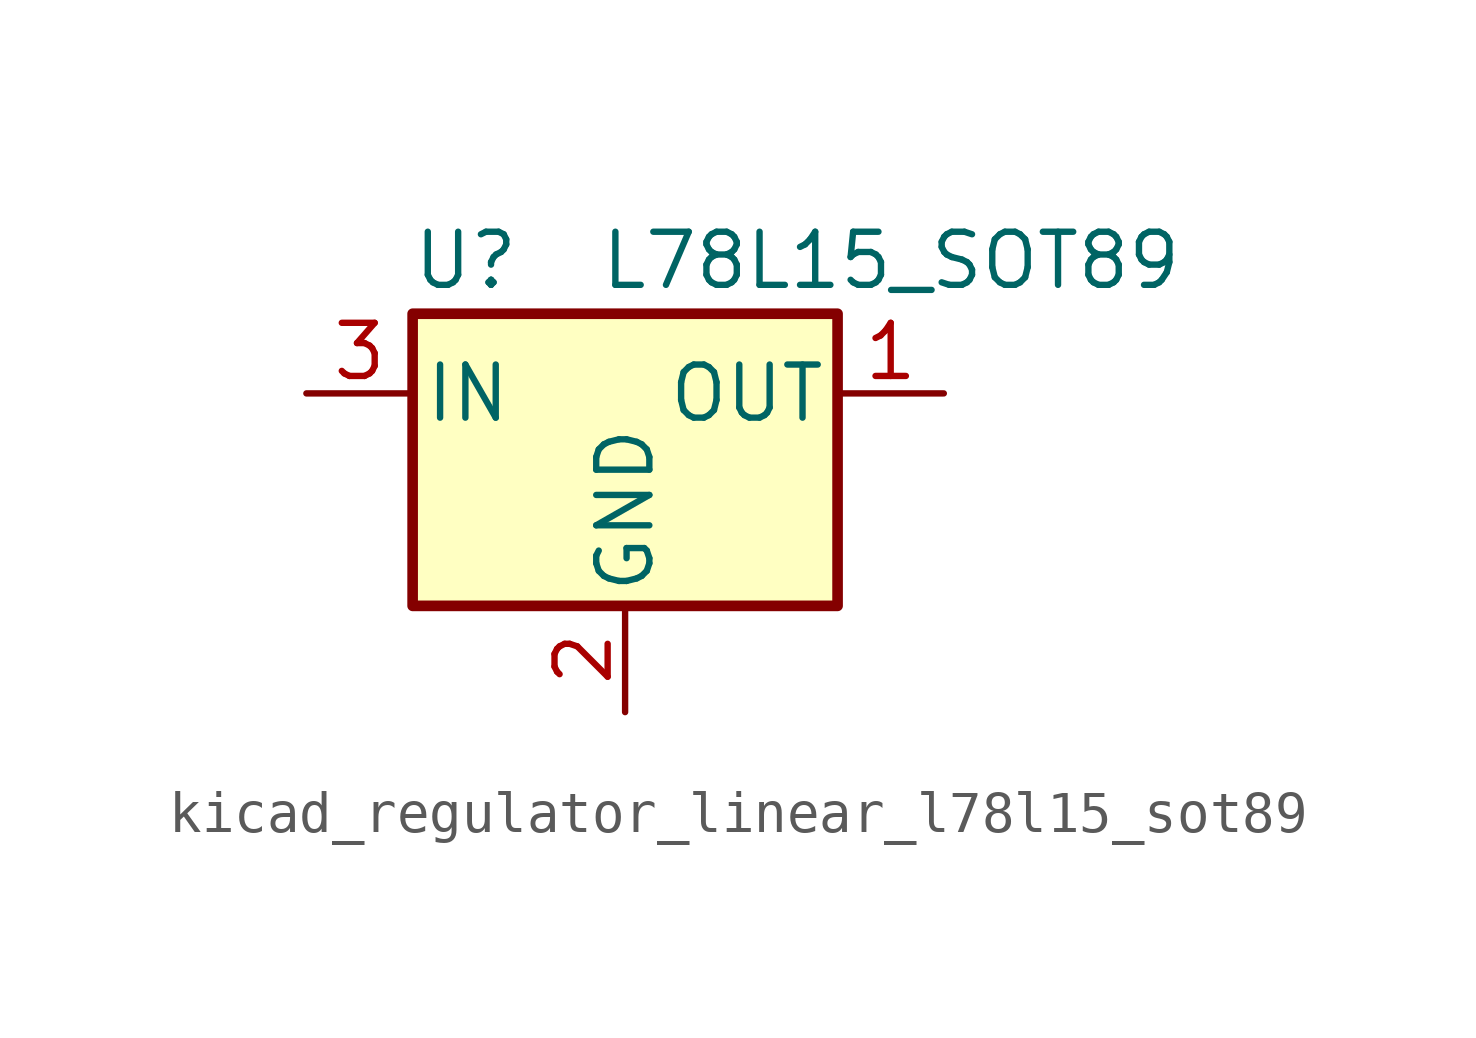
<source format=kicad_sym>
(kicad_symbol_lib
  (version 20220914)
  (generator kicad_symbol_editor)
  (symbol "kicad_regulator_linear_l78l15_sot89"
    (pin_names
      (offset 0.254))
    (property "Reference" "U"
      (at -3.81 3.175 0)
      (effects (font (size 1.27 1.27))))
    (property "Value" "L78L15_SOT89"
      (at -0.635 3.175 0)
      (effects (font (size 1.27 1.27)) (justify left)))
    (symbol "kicad_regulator_linear_l78l15_sot89_0_1"
      (rectangle (start -5.08 1.905) (end 5.08 -5.08) (stroke (width 0.254) (type default)) (fill (type background))))
    (symbol "kicad_regulator_linear_l78l15_sot89_1_1"
      (pin power_out line (at 7.62 0 180) (length 2.54) (name "OUT" (effects (font (size 1.27 1.27)))) (number "1" (effects (font (size 1.27 1.27)))))
      (pin power_in line (at 0 -7.62 90) (length 2.54) (name "GND" (effects (font (size 1.27 1.27)))) (number "2" (effects (font (size 1.27 1.27)))))
      (pin power_in line (at -7.62 0 0) (length 2.54) (name "IN" (effects (font (size 1.27 1.27)))) (number "3" (effects (font (size 1.27 1.27))))))))
</source>
